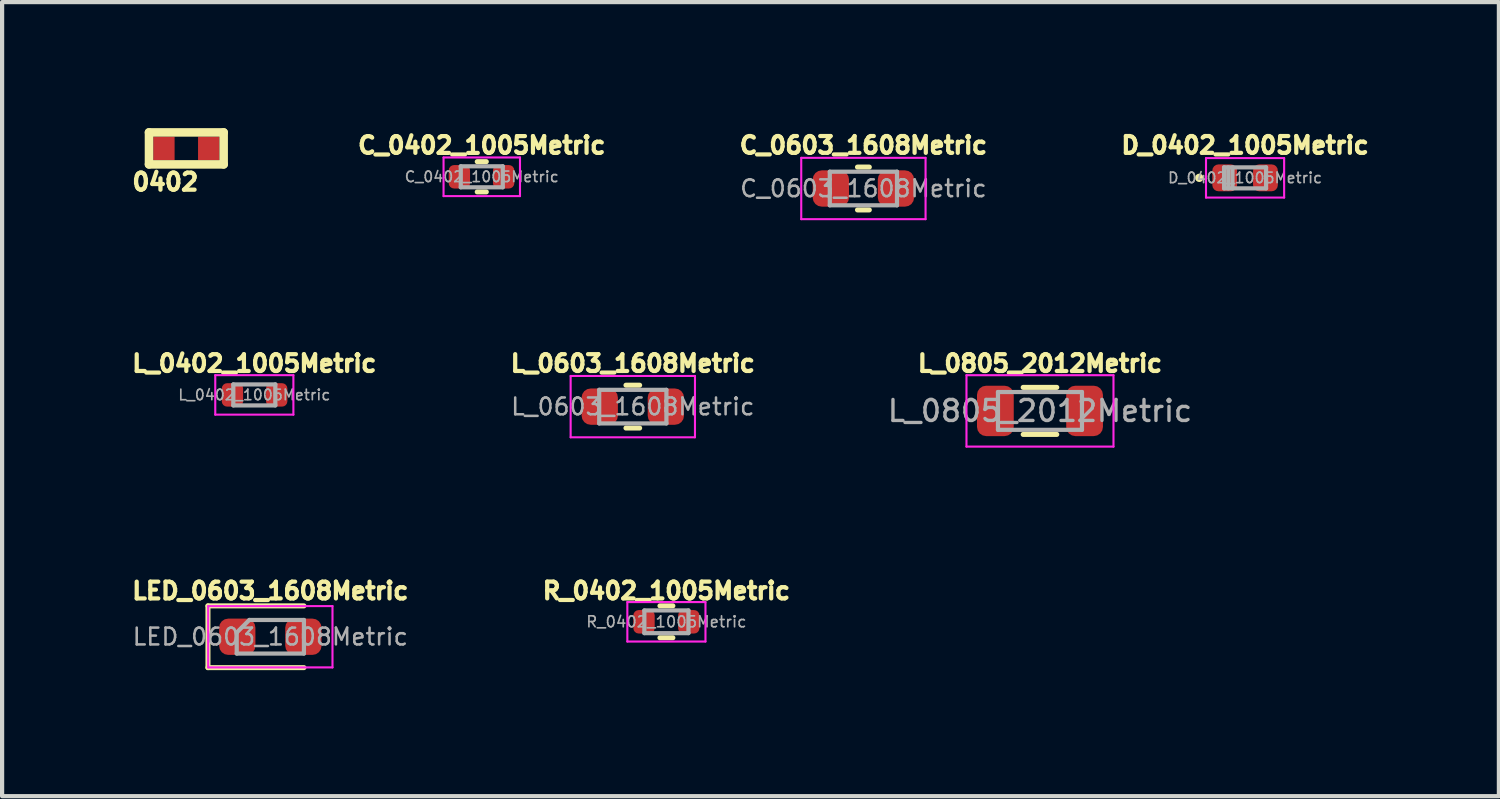
<source format=kicad_pcb>
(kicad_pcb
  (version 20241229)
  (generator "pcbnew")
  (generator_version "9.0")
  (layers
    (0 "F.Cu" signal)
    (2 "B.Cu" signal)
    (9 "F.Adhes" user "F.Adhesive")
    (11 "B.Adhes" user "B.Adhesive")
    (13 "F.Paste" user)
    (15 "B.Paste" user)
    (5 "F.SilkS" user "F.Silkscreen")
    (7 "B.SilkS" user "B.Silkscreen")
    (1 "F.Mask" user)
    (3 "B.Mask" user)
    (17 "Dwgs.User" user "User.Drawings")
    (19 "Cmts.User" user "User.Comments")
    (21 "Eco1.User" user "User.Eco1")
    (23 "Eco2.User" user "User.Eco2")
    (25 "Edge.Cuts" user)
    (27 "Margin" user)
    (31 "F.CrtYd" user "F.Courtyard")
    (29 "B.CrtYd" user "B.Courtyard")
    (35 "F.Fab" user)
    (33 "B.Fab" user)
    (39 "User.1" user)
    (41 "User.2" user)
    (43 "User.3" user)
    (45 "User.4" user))
  (footprint "C_0402_1005Metric"
    (layer "F.Cu")
    (at 8.42 1.159)
    (property "Reference" "C_0402_1005Metric" (at 0 -0.749 0) (layer "F.SilkS") (effects (font (size 0.4 0.4) (thickness 0.1))))
    (attr smd)
    (fp_line (start -0.108 -0.36) (end 0.108 -0.36) (stroke (width 0.12) (type solid)) (layer "F.SilkS"))
    (fp_line (start -0.108 0.36) (end 0.108 0.36) (stroke (width 0.12) (type solid)) (layer "F.SilkS"))
    (fp_line (start -0.91 -0.46) (end 0.91 -0.46) (stroke (width 0.05) (type solid)) (layer "F.CrtYd"))
    (fp_line (start -0.91 0.46) (end -0.91 -0.46) (stroke (width 0.05) (type solid)) (layer "F.CrtYd"))
    (fp_line (start 0.91 -0.46) (end 0.91 0.46) (stroke (width 0.05) (type solid)) (layer "F.CrtYd"))
    (fp_line (start 0.91 0.46) (end -0.91 0.46) (stroke (width 0.05) (type solid)) (layer "F.CrtYd"))
    (fp_line (start -0.5 -0.25) (end 0.5 -0.25) (stroke (width 0.1) (type solid)) (layer "F.Fab"))
    (fp_line (start -0.5 0.25) (end -0.5 -0.25) (stroke (width 0.1) (type solid)) (layer "F.Fab"))
    (fp_line (start 0.5 -0.25) (end 0.5 0.25) (stroke (width 0.1) (type solid)) (layer "F.Fab"))
    (fp_line (start 0.5 0.25) (end -0.5 0.25) (stroke (width 0.1) (type solid)) (layer "F.Fab"))
    (fp_text user "${REFERENCE}" (at 0 0 0) (layer "F.Fab") (effects (font (size 0.25 0.25) (thickness 0.04))))
    (pad "1" smd roundrect (at -0.533 0) (size 0.508 0.558) (layers "F.Cu" "F.Mask" "F.Paste") (roundrect_rratio 0.25))
    (pad "2" smd roundrect (at 0.521 0) (size 0.508 0.558) (layers "F.Cu" "F.Mask" "F.Paste") (roundrect_rratio 0.25)))
  (footprint "C_0603_1608Metric"
    (layer "F.Cu")
    (at 17.506 1.438)
    (property "Reference" "C_0603_1608Metric" (at 0 -1.029 0) (layer "F.SilkS") (effects (font (size 0.4 0.4) (thickness 0.1))))
    (attr smd)
    (fp_line (start -0.141 -0.51) (end 0.141 -0.51) (stroke (width 0.12) (type solid)) (layer "F.SilkS"))
    (fp_line (start -0.141 0.51) (end 0.141 0.51) (stroke (width 0.12) (type solid)) (layer "F.SilkS"))
    (fp_line (start -1.48 -0.73) (end 1.48 -0.73) (stroke (width 0.05) (type solid)) (layer "F.CrtYd"))
    (fp_line (start -1.48 0.73) (end -1.48 -0.73) (stroke (width 0.05) (type solid)) (layer "F.CrtYd"))
    (fp_line (start 1.48 -0.73) (end 1.48 0.73) (stroke (width 0.05) (type solid)) (layer "F.CrtYd"))
    (fp_line (start 1.48 0.73) (end -1.48 0.73) (stroke (width 0.05) (type solid)) (layer "F.CrtYd"))
    (fp_line (start -0.8 -0.4) (end 0.8 -0.4) (stroke (width 0.1) (type solid)) (layer "F.Fab"))
    (fp_line (start -0.8 0.4) (end -0.8 -0.4) (stroke (width 0.1) (type solid)) (layer "F.Fab"))
    (fp_line (start 0.8 -0.4) (end 0.8 0.4) (stroke (width 0.1) (type solid)) (layer "F.Fab"))
    (fp_line (start 0.8 0.4) (end -0.8 0.4) (stroke (width 0.1) (type solid)) (layer "F.Fab"))
    (fp_text user "${REFERENCE}" (at 0 0 0) (layer "F.Fab") (effects (font (size 0.4 0.4) (thickness 0.06))))
    (pad "1" smd roundrect (at -0.775 0) (size 0.864 0.864) (layers "F.Cu" "F.Mask" "F.Paste") (roundrect_rratio 0.25))
    (pad "2" smd roundrect (at 0.775 0) (size 0.864 0.864) (layers "F.Cu" "F.Mask" "F.Paste") (roundrect_rratio 0.25)))
  (footprint "L_0603_1608Metric"
    (layer "F.Cu")
    (at 12.016 6.631)
    (property "Reference" "L_0603_1608Metric" (at 0 -1.029 0) (layer "F.SilkS") (effects (font (size 0.4 0.4) (thickness 0.1))))
    (attr smd)
    (fp_line (start -0.163 -0.51) (end 0.163 -0.51) (stroke (width 0.12) (type solid)) (layer "F.SilkS"))
    (fp_line (start -0.163 0.51) (end 0.163 0.51) (stroke (width 0.12) (type solid)) (layer "F.SilkS"))
    (fp_line (start -1.48 -0.73) (end 1.48 -0.73) (stroke (width 0.05) (type solid)) (layer "F.CrtYd"))
    (fp_line (start -1.48 0.73) (end -1.48 -0.73) (stroke (width 0.05) (type solid)) (layer "F.CrtYd"))
    (fp_line (start 1.48 -0.73) (end 1.48 0.73) (stroke (width 0.05) (type solid)) (layer "F.CrtYd"))
    (fp_line (start 1.48 0.73) (end -1.48 0.73) (stroke (width 0.05) (type solid)) (layer "F.CrtYd"))
    (fp_line (start -0.8 -0.4) (end 0.8 -0.4) (stroke (width 0.1) (type solid)) (layer "F.Fab"))
    (fp_line (start -0.8 0.4) (end -0.8 -0.4) (stroke (width 0.1) (type solid)) (layer "F.Fab"))
    (fp_line (start 0.8 -0.4) (end 0.8 0.4) (stroke (width 0.1) (type solid)) (layer "F.Fab"))
    (fp_line (start 0.8 0.4) (end -0.8 0.4) (stroke (width 0.1) (type solid)) (layer "F.Fab"))
    (fp_text user "${REFERENCE}" (at 0 0 0) (layer "F.Fab") (effects (font (size 0.4 0.4) (thickness 0.06))))
    (pad "1" smd roundrect (at -0.787 0) (size 0.864 0.864) (layers "F.Cu" "F.Mask" "F.Paste") (roundrect_rratio 0.25))
    (pad "2" smd roundrect (at 0.787 0) (size 0.864 0.864) (layers "F.Cu" "F.Mask" "F.Paste") (roundrect_rratio 0.25)))
  (footprint "D_0402_1005Metric"
    (layer "F.Cu")
    (at 26.593 1.184)
    (property "Reference" "D_0402_1005Metric" (at 0 -0.775 0) (layer "F.SilkS") (effects (font (size 0.4 0.4) (thickness 0.1))))
    (attr smd)
    (fp_circle (center -1.09 0) (end -1.04 0) (stroke (width 0.1) (type solid)) (fill no) (layer "F.SilkS"))
    (fp_line (start -0.93 -0.47) (end 0.93 -0.47) (stroke (width 0.05) (type solid)) (layer "F.CrtYd"))
    (fp_line (start -0.93 0.47) (end -0.93 -0.47) (stroke (width 0.05) (type solid)) (layer "F.CrtYd"))
    (fp_line (start 0.93 -0.47) (end 0.93 0.47) (stroke (width 0.05) (type solid)) (layer "F.CrtYd"))
    (fp_line (start 0.93 0.47) (end -0.93 0.47) (stroke (width 0.05) (type solid)) (layer "F.CrtYd"))
    (fp_line (start -0.5 -0.25) (end 0.5 -0.25) (stroke (width 0.1) (type solid)) (layer "F.Fab"))
    (fp_line (start -0.5 0.25) (end -0.5 -0.25) (stroke (width 0.1) (type solid)) (layer "F.Fab"))
    (fp_line (start -0.4 0.25) (end -0.4 -0.25) (stroke (width 0.1) (type solid)) (layer "F.Fab"))
    (fp_line (start -0.3 0.25) (end -0.3 -0.25) (stroke (width 0.1) (type solid)) (layer "F.Fab"))
    (fp_line (start 0.5 -0.25) (end 0.5 0.25) (stroke (width 0.1) (type solid)) (layer "F.Fab"))
    (fp_line (start 0.5 0.25) (end -0.5 0.25) (stroke (width 0.1) (type solid)) (layer "F.Fab"))
    (fp_text user "${REFERENCE}" (at 0 0 0) (layer "F.Fab") (effects (font (size 0.25 0.25) (thickness 0.04))))
    (pad "1" smd roundrect (at -0.485 0) (size 0.59 0.64) (layers "F.Cu" "F.Mask" "F.Paste") (roundrect_rratio 0.25))
    (pad "2" smd roundrect (at 0.485 0) (size 0.59 0.64) (layers "F.Cu" "F.Mask" "F.Paste") (roundrect_rratio 0.25)))
  (footprint "L_0805_2012Metric"
    (layer "F.Cu")
    (at 21.71 6.733)
    (property "Reference" "L_0805_2012Metric" (at 0 -1.13 0) (layer "F.SilkS") (effects (font (size 0.4 0.4) (thickness 0.1))))
    (attr smd)
    (fp_line (start -0.4 -0.56) (end 0.4 -0.56) (stroke (width 0.12) (type solid)) (layer "F.SilkS"))
    (fp_line (start -0.4 0.56) (end 0.4 0.56) (stroke (width 0.12) (type solid)) (layer "F.SilkS"))
    (fp_line (start -1.75 -0.85) (end 1.75 -0.85) (stroke (width 0.05) (type solid)) (layer "F.CrtYd"))
    (fp_line (start -1.75 0.85) (end -1.75 -0.85) (stroke (width 0.05) (type solid)) (layer "F.CrtYd"))
    (fp_line (start 1.75 -0.85) (end 1.75 0.85) (stroke (width 0.05) (type solid)) (layer "F.CrtYd"))
    (fp_line (start 1.75 0.85) (end -1.75 0.85) (stroke (width 0.05) (type solid)) (layer "F.CrtYd"))
    (fp_line (start -1 -0.45) (end 1 -0.45) (stroke (width 0.1) (type solid)) (layer "F.Fab"))
    (fp_line (start -1 0.45) (end -1 -0.45) (stroke (width 0.1) (type solid)) (layer "F.Fab"))
    (fp_line (start 1 -0.45) (end 1 0.45) (stroke (width 0.1) (type solid)) (layer "F.Fab"))
    (fp_line (start 1 0.45) (end -1 0.45) (stroke (width 0.1) (type solid)) (layer "F.Fab"))
    (fp_text user "${REFERENCE}" (at 0 0 0) (layer "F.Fab") (effects (font (size 0.5 0.5) (thickness 0.08))))
    (pad "1" smd roundrect (at -1.062 0) (size 0.875 1.2) (layers "F.Cu" "F.Mask" "F.Paste") (roundrect_rratio 0.25))
    (pad "2" smd roundrect (at 1.062 0) (size 0.875 1.2) (layers "F.Cu" "F.Mask" "F.Paste") (roundrect_rratio 0.25)))
  (footprint "0402"
    (layer "F.Cu")
    (at 1.386 0.483)
    (property "Reference" "0402" (at -0.5 0.8 0) (layer "F.SilkS") (effects (font (size 0.406 0.406) (thickness 0.102))))
    (attr through_hole)
    (fp_line (start -0.889 -0.381) (end 0.889 -0.381) (stroke (width 0.203) (type solid)) (layer "F.SilkS"))
    (fp_line (start -0.889 0.381) (end -0.889 -0.381) (stroke (width 0.203) (type solid)) (layer "F.SilkS"))
    (fp_line (start 0.889 -0.381) (end 0.889 0.381) (stroke (width 0.203) (type solid)) (layer "F.SilkS"))
    (fp_line (start 0.889 0.381) (end -0.889 0.381) (stroke (width 0.203) (type solid)) (layer "F.SilkS"))
    (pad "1" smd rect (at -0.533 0) (size 0.508 0.559) (layers "F.Cu" "F.Mask" "F.Paste"))
    (pad "2" smd rect (at 0.533 0) (size 0.508 0.559) (layers "F.Cu" "F.Mask" "F.Paste")))
  (footprint "LED_0603_1608Metric"
    (layer "F.Cu")
    (at 3.386 12.11)
    (property "Reference" "LED_0603_1608Metric" (at 0 -1.092 0) (layer "F.SilkS") (effects (font (size 0.4 0.4) (thickness 0.1))))
    (attr smd)
    (fp_line (start -1.485 -0.735) (end -1.485 0.735) (stroke (width 0.12) (type solid)) (layer "F.SilkS"))
    (fp_line (start -1.485 0.735) (end 0.8 0.735) (stroke (width 0.12) (type solid)) (layer "F.SilkS"))
    (fp_line (start 0.8 -0.735) (end -1.485 -0.735) (stroke (width 0.12) (type solid)) (layer "F.SilkS"))
    (fp_line (start -1.48 -0.73) (end 1.48 -0.73) (stroke (width 0.05) (type solid)) (layer "F.CrtYd"))
    (fp_line (start -1.48 0.73) (end -1.48 -0.73) (stroke (width 0.05) (type solid)) (layer "F.CrtYd"))
    (fp_line (start 1.48 -0.73) (end 1.48 0.73) (stroke (width 0.05) (type solid)) (layer "F.CrtYd"))
    (fp_line (start 1.48 0.73) (end -1.48 0.73) (stroke (width 0.05) (type solid)) (layer "F.CrtYd"))
    (fp_line (start -0.8 -0.1) (end -0.8 0.4) (stroke (width 0.1) (type solid)) (layer "F.Fab"))
    (fp_line (start -0.8 0.4) (end 0.8 0.4) (stroke (width 0.1) (type solid)) (layer "F.Fab"))
    (fp_line (start -0.5 -0.4) (end -0.8 -0.1) (stroke (width 0.1) (type solid)) (layer "F.Fab"))
    (fp_line (start 0.8 -0.4) (end -0.5 -0.4) (stroke (width 0.1) (type solid)) (layer "F.Fab"))
    (fp_line (start 0.8 0.4) (end 0.8 -0.4) (stroke (width 0.1) (type solid)) (layer "F.Fab"))
    (fp_text user "${REFERENCE}" (at 0 0 0) (layer "F.Fab") (effects (font (size 0.4 0.4) (thickness 0.06))))
    (pad "1" smd roundrect (at -0.787 0) (size 0.864 0.864) (layers "F.Cu" "F.Mask" "F.Paste") (roundrect_rratio 0.25))
    (pad "2" smd roundrect (at 0.787 0) (size 0.864 0.864) (layers "F.Cu" "F.Mask" "F.Paste") (roundrect_rratio 0.25)))
  (footprint "R_0402_1005Metric"
    (layer "F.Cu")
    (at 12.816 11.754)
    (property "Reference" "R_0402_1005Metric" (at 0 -0.737 0) (layer "F.SilkS") (effects (font (size 0.4 0.4) (thickness 0.1))))
    (attr smd)
    (fp_line (start -0.154 -0.38) (end 0.154 -0.38) (stroke (width 0.12) (type solid)) (layer "F.SilkS"))
    (fp_line (start -0.154 0.38) (end 0.154 0.38) (stroke (width 0.12) (type solid)) (layer "F.SilkS"))
    (fp_line (start -0.93 -0.47) (end 0.93 -0.47) (stroke (width 0.05) (type solid)) (layer "F.CrtYd"))
    (fp_line (start -0.93 0.47) (end -0.93 -0.47) (stroke (width 0.05) (type solid)) (layer "F.CrtYd"))
    (fp_line (start 0.93 -0.47) (end 0.93 0.47) (stroke (width 0.05) (type solid)) (layer "F.CrtYd"))
    (fp_line (start 0.93 0.47) (end -0.93 0.47) (stroke (width 0.05) (type solid)) (layer "F.CrtYd"))
    (fp_line (start -0.525 -0.27) (end 0.525 -0.27) (stroke (width 0.1) (type solid)) (layer "F.Fab"))
    (fp_line (start -0.525 0.27) (end -0.525 -0.27) (stroke (width 0.1) (type solid)) (layer "F.Fab"))
    (fp_line (start 0.525 -0.27) (end 0.525 0.27) (stroke (width 0.1) (type solid)) (layer "F.Fab"))
    (fp_line (start 0.525 0.27) (end -0.525 0.27) (stroke (width 0.1) (type solid)) (layer "F.Fab"))
    (fp_text user "${REFERENCE}" (at 0 0 0) (layer "F.Fab") (effects (font (size 0.26 0.26) (thickness 0.04))))
    (pad "1" smd roundrect (at -0.533 0) (size 0.508 0.558) (layers "F.Cu" "F.Mask" "F.Paste") (roundrect_rratio 0.25))
    (pad "2" smd roundrect (at 0.533 0) (size 0.508 0.558) (layers "F.Cu" "F.Mask" "F.Paste") (roundrect_rratio 0.25)))
  (footprint "L_0402_1005Metric"
    (layer "F.Cu")
    (at 3.005 6.352)
    (property "Reference" "L_0402_1005Metric" (at 0 -0.749 0) (layer "F.SilkS") (effects (font (size 0.4 0.4) (thickness 0.1))))
    (attr smd)
    (fp_line (start -0.93 -0.47) (end 0.93 -0.47) (stroke (width 0.05) (type solid)) (layer "F.CrtYd"))
    (fp_line (start -0.93 0.47) (end -0.93 -0.47) (stroke (width 0.05) (type solid)) (layer "F.CrtYd"))
    (fp_line (start 0.93 -0.47) (end 0.93 0.47) (stroke (width 0.05) (type solid)) (layer "F.CrtYd"))
    (fp_line (start 0.93 0.47) (end -0.93 0.47) (stroke (width 0.05) (type solid)) (layer "F.CrtYd"))
    (fp_line (start -0.5 -0.25) (end 0.5 -0.25) (stroke (width 0.1) (type solid)) (layer "F.Fab"))
    (fp_line (start -0.5 0.25) (end -0.5 -0.25) (stroke (width 0.1) (type solid)) (layer "F.Fab"))
    (fp_line (start 0.5 -0.25) (end 0.5 0.25) (stroke (width 0.1) (type solid)) (layer "F.Fab"))
    (fp_line (start 0.5 0.25) (end -0.5 0.25) (stroke (width 0.1) (type solid)) (layer "F.Fab"))
    (fp_text user "${REFERENCE}" (at 0 0 0) (layer "F.Fab") (effects (font (size 0.25 0.25) (thickness 0.04))))
    (pad "1" smd roundrect (at -0.521 0) (size 0.508 0.558) (layers "F.Cu" "F.Mask" "F.Paste") (roundrect_rratio 0.25))
    (pad "2" smd roundrect (at 0.533 0) (size 0.508 0.558) (layers "F.Cu" "F.Mask" "F.Paste") (roundrect_rratio 0.25)))
  (gr_rect
    (start -3 -3)
    (end 32.636 15.905)
    (stroke (width 0.1) (type default))
    (fill no)
    (layer "Edge.Cuts")))
</source>
